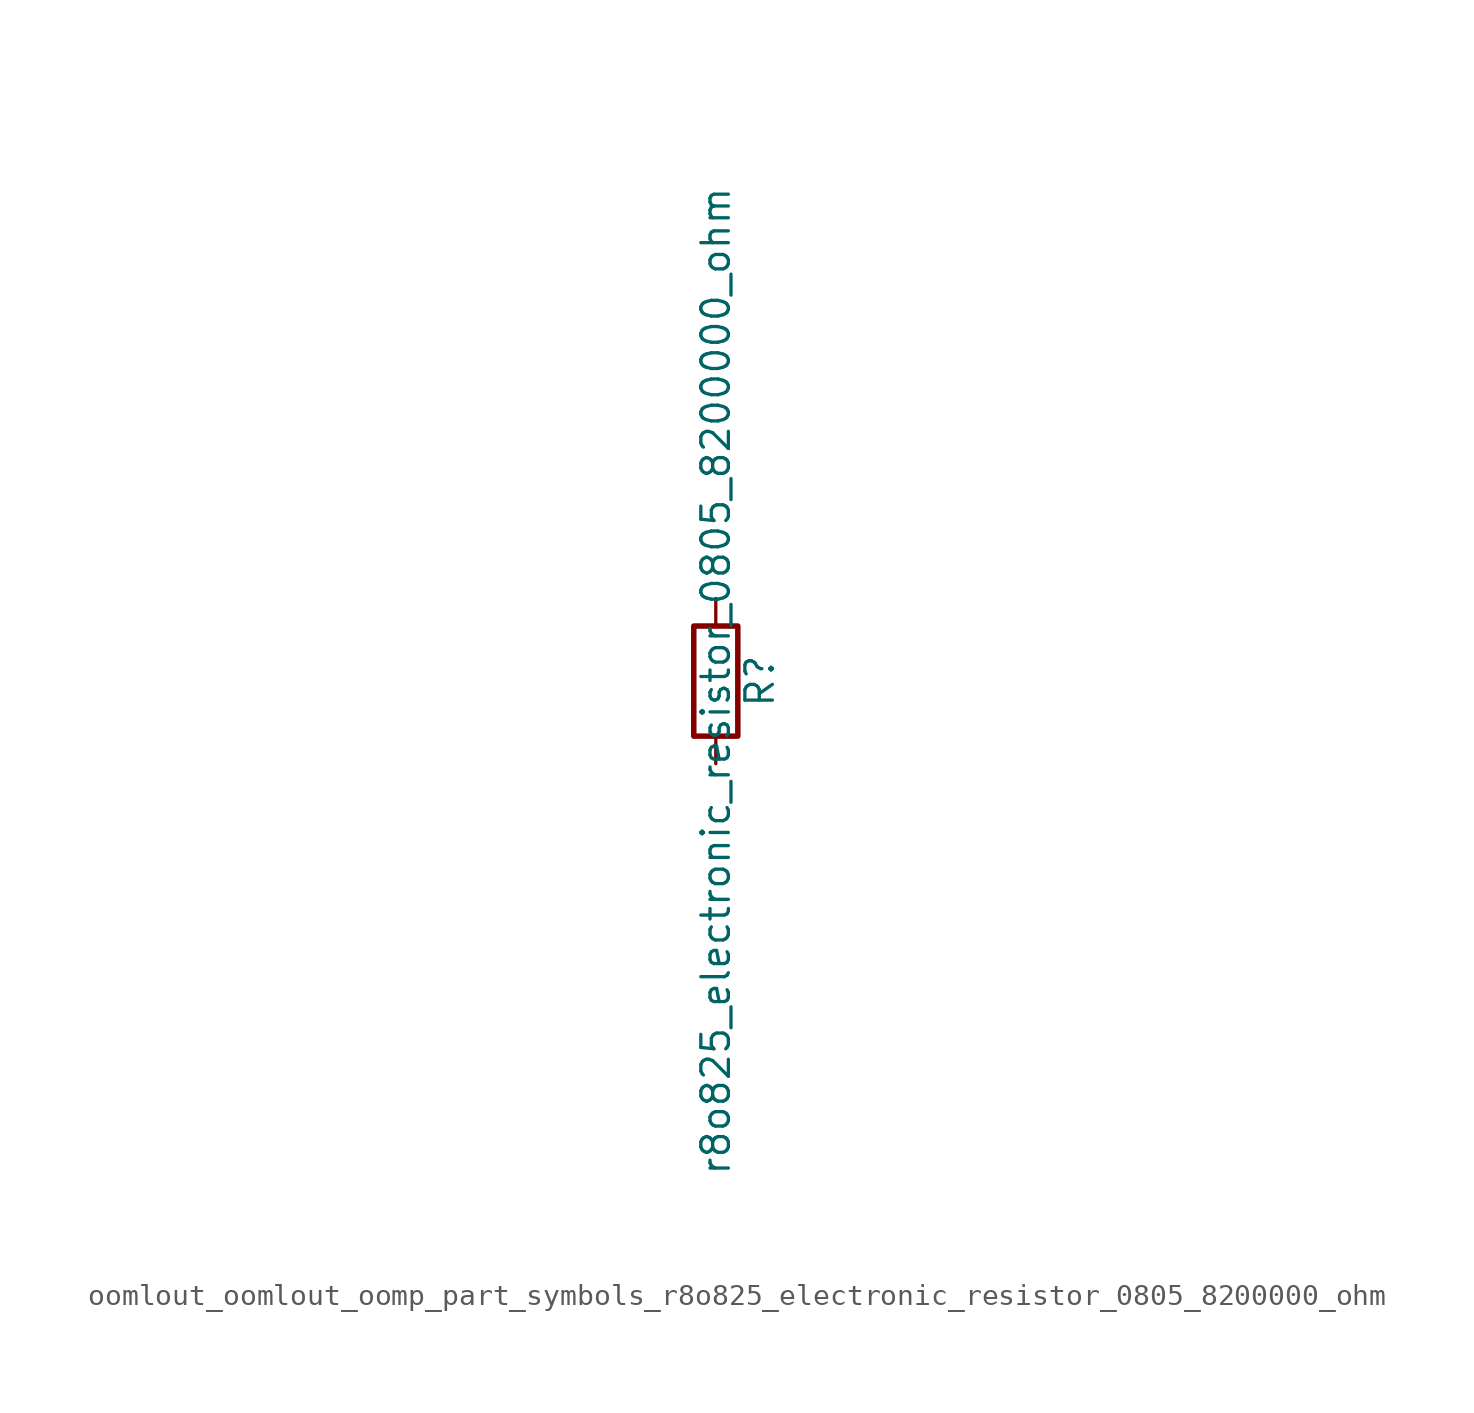
<source format=kicad_sym>
(kicad_symbol_lib
  (version 20220914)
  (generator kicad_symbol_editor)
  (symbol "oomlout_oomlout_oomp_part_symbols_r8o825_electronic_resistor_0805_8200000_ohm"
    (pin_numbers hide)
    (pin_names
      (offset 0))
    (property "Reference" "R"
      (at 2.032 0 90)
      (effects (font (size 1.27 1.27))))
    (property "Value" "r8o825_electronic_resistor_0805_8200000_ohm"
      (at 0 0 90)
      (effects (font (size 1.27 1.27))))
    (symbol "oomlout_oomlout_oomp_part_symbols_r8o825_electronic_resistor_0805_8200000_ohm_0_1"
      (rectangle (start -1.016 -2.54) (end 1.016 2.54) (stroke (width 0.254) (type default)) (fill (type none))))
    (symbol "oomlout_oomlout_oomp_part_symbols_r8o825_electronic_resistor_0805_8200000_ohm_1_1"
      (pin passive line (at 0 3.81 270) (length 1.27) (name "~" (effects (font (size 1.27 1.27)))) (number "1" (effects (font (size 1.27 1.27)))))
      (pin passive line (at 0 -3.81 90) (length 1.27) (name "~" (effects (font (size 1.27 1.27)))) (number "2" (effects (font (size 1.27 1.27))))))))
</source>
